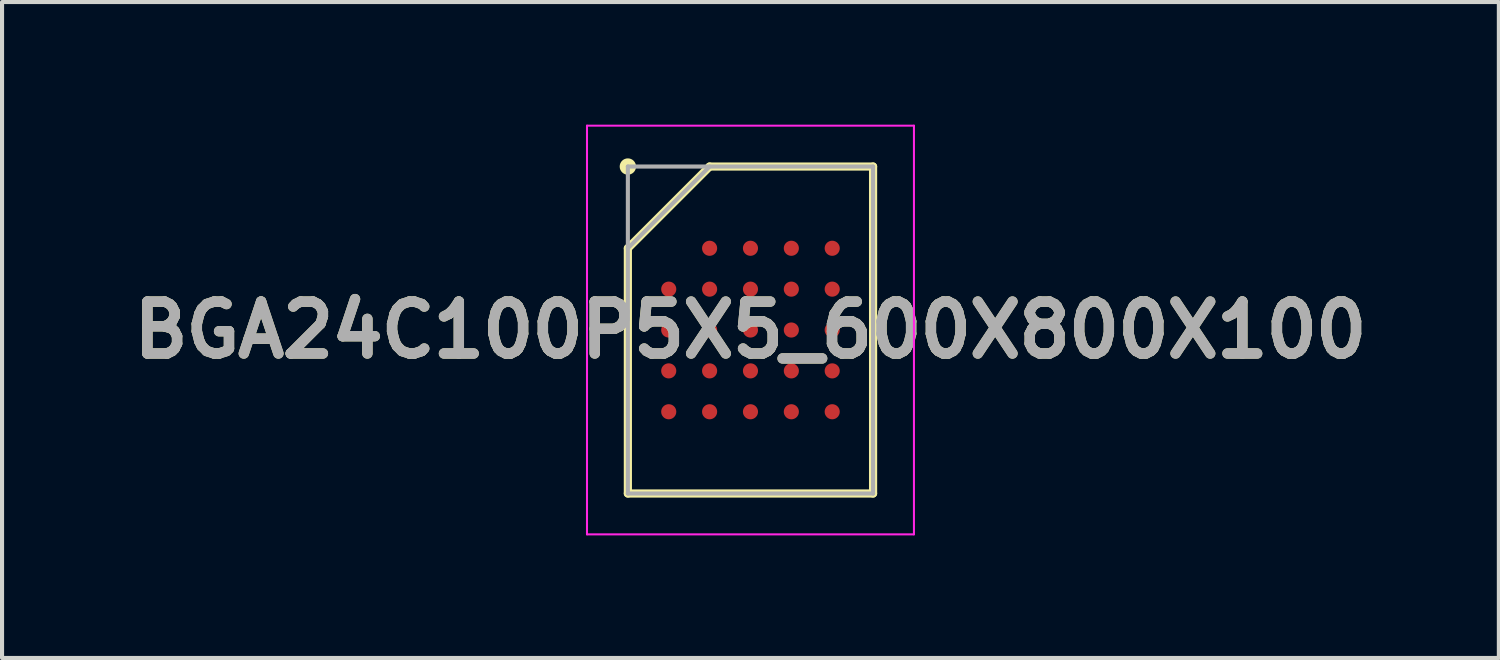
<source format=kicad_pcb>
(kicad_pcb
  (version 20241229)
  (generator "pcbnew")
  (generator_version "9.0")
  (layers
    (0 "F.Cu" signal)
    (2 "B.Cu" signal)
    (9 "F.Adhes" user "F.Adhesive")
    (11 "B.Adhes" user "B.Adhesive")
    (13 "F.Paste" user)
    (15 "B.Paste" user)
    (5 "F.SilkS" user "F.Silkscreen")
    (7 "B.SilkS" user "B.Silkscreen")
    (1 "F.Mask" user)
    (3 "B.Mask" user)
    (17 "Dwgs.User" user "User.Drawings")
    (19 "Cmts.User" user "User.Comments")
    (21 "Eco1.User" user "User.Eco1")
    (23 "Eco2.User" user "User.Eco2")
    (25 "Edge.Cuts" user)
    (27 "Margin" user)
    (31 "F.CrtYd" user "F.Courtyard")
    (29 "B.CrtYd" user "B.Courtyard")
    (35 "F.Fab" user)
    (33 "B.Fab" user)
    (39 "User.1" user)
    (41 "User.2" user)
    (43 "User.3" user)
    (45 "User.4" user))
  (footprint "BGA24C100P5X5_600X800X100"
    (layer "F.Cu")
    (at 15.313 5.025)
    (property "Reference" "BGA24C100P5X5_600X800X100" (at 0 0 0) (layer "F.SilkS") (effects (font (size 1.27 1.27) (thickness 0.254))))
    (attr smd)
    (fp_line (start -3 -2) (end -1 -4) (stroke (width 0.2) (type solid)) (layer "F.SilkS"))
    (fp_line (start -3 4) (end -3 -2) (stroke (width 0.2) (type solid)) (layer "F.SilkS"))
    (fp_line (start -1 -4) (end 3 -4) (stroke (width 0.2) (type solid)) (layer "F.SilkS"))
    (fp_line (start 3 -4) (end 3 4) (stroke (width 0.2) (type solid)) (layer "F.SilkS"))
    (fp_line (start 3 4) (end -3 4) (stroke (width 0.2) (type solid)) (layer "F.SilkS"))
    (fp_circle (center -3 -4) (end -3 -3.9) (stroke (width 0.2) (type solid)) (fill no) (layer "F.SilkS"))
    (fp_line (start -4 -5) (end 4 -5) (stroke (width 0.05) (type solid)) (layer "F.CrtYd"))
    (fp_line (start -4 5) (end -4 -5) (stroke (width 0.05) (type solid)) (layer "F.CrtYd"))
    (fp_line (start 4 -5) (end 4 5) (stroke (width 0.05) (type solid)) (layer "F.CrtYd"))
    (fp_line (start 4 5) (end -4 5) (stroke (width 0.05) (type solid)) (layer "F.CrtYd"))
    (fp_line (start -3 -4) (end 3 -4) (stroke (width 0.1) (type solid)) (layer "F.Fab"))
    (fp_line (start -3 -2) (end -1 -4) (stroke (width 0.1) (type solid)) (layer "F.Fab"))
    (fp_line (start -3 4) (end -3 -4) (stroke (width 0.1) (type solid)) (layer "F.Fab"))
    (fp_line (start 3 -4) (end 3 4) (stroke (width 0.1) (type solid)) (layer "F.Fab"))
    (fp_line (start 3 4) (end -3 4) (stroke (width 0.1) (type solid)) (layer "F.Fab"))
    (fp_text user "${REFERENCE}" (at 0 0 0) (layer "F.Fab") (effects (font (size 1.27 1.27) (thickness 0.254))))
    (pad "A2" smd circle (at -1 -2 90) (size 0.37 0.37) (layers "F.Cu" "F.Mask" "F.Paste"))
    (pad "A3" smd circle (at 0 -2 90) (size 0.37 0.37) (layers "F.Cu" "F.Mask" "F.Paste"))
    (pad "A4" smd circle (at 1 -2 90) (size 0.37 0.37) (layers "F.Cu" "F.Mask" "F.Paste"))
    (pad "A5" smd circle (at 2 -2 90) (size 0.37 0.37) (layers "F.Cu" "F.Mask" "F.Paste"))
    (pad "B1" smd circle (at -2 -1 90) (size 0.37 0.37) (layers "F.Cu" "F.Mask" "F.Paste"))
    (pad "B2" smd circle (at -1 -1 90) (size 0.37 0.37) (layers "F.Cu" "F.Mask" "F.Paste"))
    (pad "B3" smd circle (at 0 -1 90) (size 0.37 0.37) (layers "F.Cu" "F.Mask" "F.Paste"))
    (pad "B4" smd circle (at 1 -1 90) (size 0.37 0.37) (layers "F.Cu" "F.Mask" "F.Paste"))
    (pad "B5" smd circle (at 2 -1 90) (size 0.37 0.37) (layers "F.Cu" "F.Mask" "F.Paste"))
    (pad "C1" smd circle (at -2 0 90) (size 0.37 0.37) (layers "F.Cu" "F.Mask" "F.Paste"))
    (pad "C2" smd circle (at -1 0 90) (size 0.37 0.37) (layers "F.Cu" "F.Mask" "F.Paste"))
    (pad "C3" smd circle (at 0 0 90) (size 0.37 0.37) (layers "F.Cu" "F.Mask" "F.Paste"))
    (pad "C4" smd circle (at 1 0 90) (size 0.37 0.37) (layers "F.Cu" "F.Mask" "F.Paste"))
    (pad "C5" smd circle (at 2 0 90) (size 0.37 0.37) (layers "F.Cu" "F.Mask" "F.Paste"))
    (pad "D1" smd circle (at -2 1 90) (size 0.37 0.37) (layers "F.Cu" "F.Mask" "F.Paste"))
    (pad "D2" smd circle (at -1 1 90) (size 0.37 0.37) (layers "F.Cu" "F.Mask" "F.Paste"))
    (pad "D3" smd circle (at 0 1 90) (size 0.37 0.37) (layers "F.Cu" "F.Mask" "F.Paste"))
    (pad "D4" smd circle (at 1 1 90) (size 0.37 0.37) (layers "F.Cu" "F.Mask" "F.Paste"))
    (pad "D5" smd circle (at 2 1 90) (size 0.37 0.37) (layers "F.Cu" "F.Mask" "F.Paste"))
    (pad "E1" smd circle (at -2 2 90) (size 0.37 0.37) (layers "F.Cu" "F.Mask" "F.Paste"))
    (pad "E2" smd circle (at -1 2 90) (size 0.37 0.37) (layers "F.Cu" "F.Mask" "F.Paste"))
    (pad "E3" smd circle (at 0 2 90) (size 0.37 0.37) (layers "F.Cu" "F.Mask" "F.Paste"))
    (pad "E4" smd circle (at 1 2 90) (size 0.37 0.37) (layers "F.Cu" "F.Mask" "F.Paste"))
    (pad "E5" smd circle (at 2 2 90) (size 0.37 0.37) (layers "F.Cu" "F.Mask" "F.Paste")))
  (gr_rect
    (start -3 -3)
    (end 33.625 13.05)
    (stroke (width 0.1) (type default))
    (fill no)
    (layer "Edge.Cuts")))
</source>
